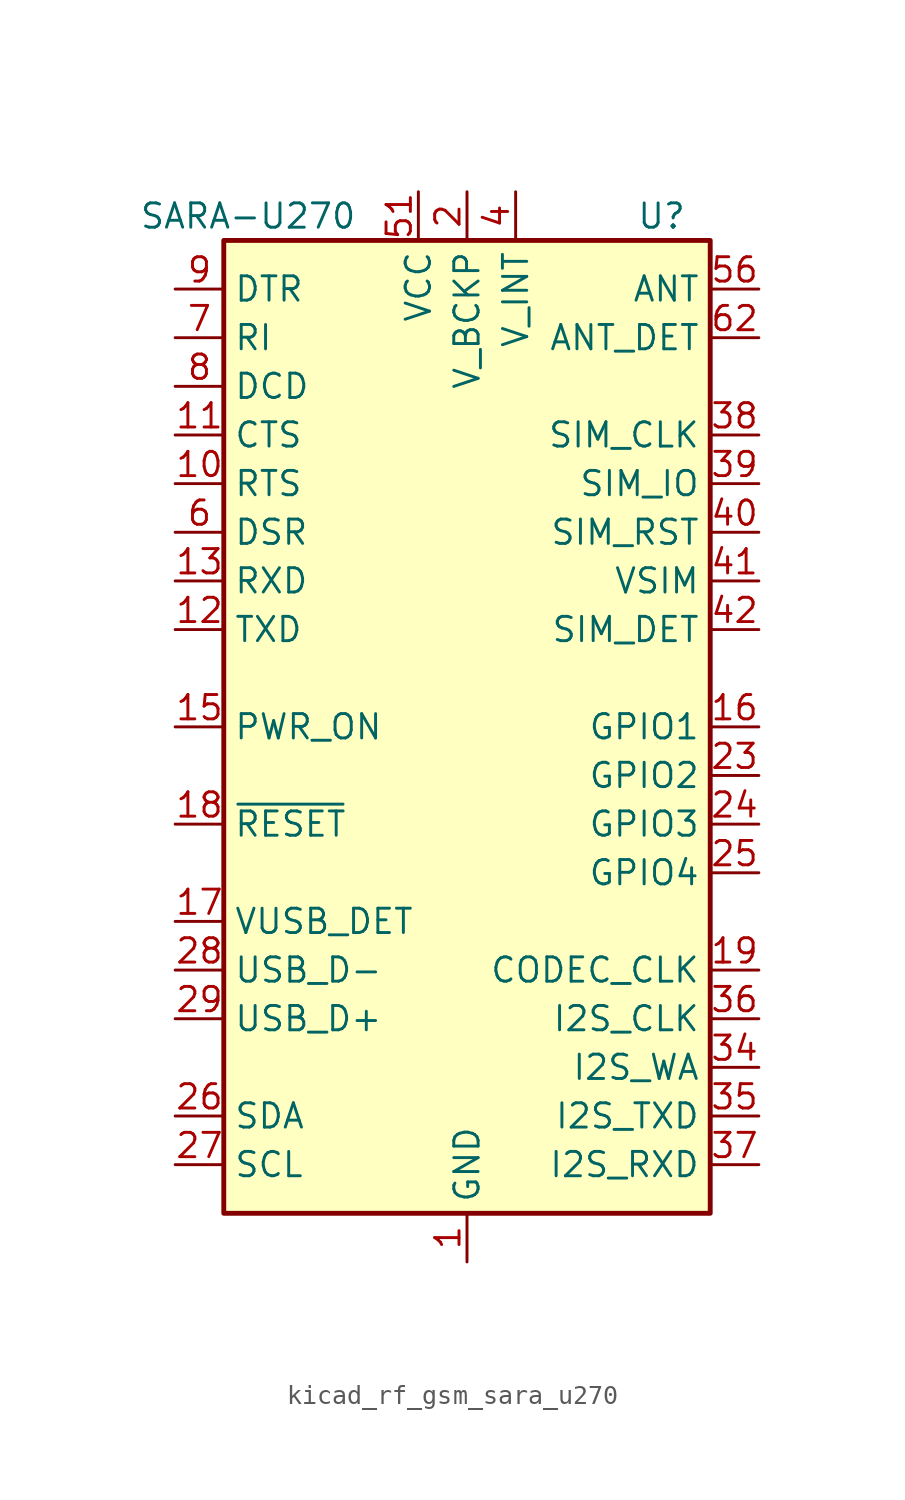
<source format=kicad_sym>
(kicad_symbol_lib
  (version 20220914)
  (generator kicad_symbol_editor)
  (symbol "kicad_rf_gsm_sara_u270"
    (property "Reference" "U"
      (at 10.16 26.67 0)
      (effects (font (size 1.27 1.27))))
    (property "Value" "SARA-U270"
      (at -11.43 26.67 0)
      (effects (font (size 1.27 1.27))))
    (symbol "kicad_rf_gsm_sara_u270_0_1"
      (rectangle (start -12.7 25.4) (end 12.7 -25.4) (stroke (width 0.254) (type default)) (fill (type background))))
    (symbol "kicad_rf_gsm_sara_u270_1_1"
      (pin power_in line (at 0 -27.94 90) (length 2.54) (name "GND" (effects (font (size 1.27 1.27)))) (number "1" (effects (font (size 1.27 1.27)))))
      (pin input line (at -15.24 12.7 0) (length 2.54) (name "RTS" (effects (font (size 1.27 1.27)))) (number "10" (effects (font (size 1.27 1.27)))))
      (pin output line (at -15.24 15.24 0) (length 2.54) (name "CTS" (effects (font (size 1.27 1.27)))) (number "11" (effects (font (size 1.27 1.27)))))
      (pin input line (at -15.24 5.08 0) (length 2.54) (name "TXD" (effects (font (size 1.27 1.27)))) (number "12" (effects (font (size 1.27 1.27)))))
      (pin output line (at -15.24 7.62 0) (length 2.54) (name "RXD" (effects (font (size 1.27 1.27)))) (number "13" (effects (font (size 1.27 1.27)))))
      (pin passive line (at 0 -27.94 90) (length 2.54) hide (name "GND" (effects (font (size 1.27 1.27)))) (number "14" (effects (font (size 1.27 1.27)))))
      (pin input line (at -15.24 0 0) (length 2.54) (name "PWR_ON" (effects (font (size 1.27 1.27)))) (number "15" (effects (font (size 1.27 1.27)))))
      (pin bidirectional line (at 15.24 0 180) (length 2.54) (name "GPIO1" (effects (font (size 1.27 1.27)))) (number "16" (effects (font (size 1.27 1.27)))))
      (pin input line (at -15.24 -10.16 0) (length 2.54) (name "VUSB_DET" (effects (font (size 1.27 1.27)))) (number "17" (effects (font (size 1.27 1.27)))))
      (pin input line (at -15.24 -5.08 0) (length 2.54) (name "~{RESET}" (effects (font (size 1.27 1.27)))) (number "18" (effects (font (size 1.27 1.27)))))
      (pin output line (at 15.24 -12.7 180) (length 2.54) (name "CODEC_CLK" (effects (font (size 1.27 1.27)))) (number "19" (effects (font (size 1.27 1.27)))))
      (pin power_out line (at 0 27.94 270) (length 2.54) (name "V_BCKP" (effects (font (size 1.27 1.27)))) (number "2" (effects (font (size 1.27 1.27)))))
      (pin passive line (at 0 -27.94 90) (length 2.54) hide (name "GND" (effects (font (size 1.27 1.27)))) (number "20" (effects (font (size 1.27 1.27)))))
      (pin passive line (at 0 -27.94 90) (length 2.54) hide (name "GND" (effects (font (size 1.27 1.27)))) (number "21" (effects (font (size 1.27 1.27)))))
      (pin passive line (at 0 -27.94 90) (length 2.54) hide (name "GND" (effects (font (size 1.27 1.27)))) (number "22" (effects (font (size 1.27 1.27)))))
      (pin bidirectional line (at 15.24 -2.54 180) (length 2.54) (name "GPIO2" (effects (font (size 1.27 1.27)))) (number "23" (effects (font (size 1.27 1.27)))))
      (pin bidirectional line (at 15.24 -5.08 180) (length 2.54) (name "GPIO3" (effects (font (size 1.27 1.27)))) (number "24" (effects (font (size 1.27 1.27)))))
      (pin bidirectional line (at 15.24 -7.62 180) (length 2.54) (name "GPIO4" (effects (font (size 1.27 1.27)))) (number "25" (effects (font (size 1.27 1.27)))))
      (pin bidirectional line (at -15.24 -20.32 0) (length 2.54) (name "SDA" (effects (font (size 1.27 1.27)))) (number "26" (effects (font (size 1.27 1.27)))))
      (pin output line (at -15.24 -22.86 0) (length 2.54) (name "SCL" (effects (font (size 1.27 1.27)))) (number "27" (effects (font (size 1.27 1.27)))))
      (pin bidirectional line (at -15.24 -12.7 0) (length 2.54) (name "USB_D-" (effects (font (size 1.27 1.27)))) (number "28" (effects (font (size 1.27 1.27)))))
      (pin bidirectional line (at -15.24 -15.24 0) (length 2.54) (name "USB_D+" (effects (font (size 1.27 1.27)))) (number "29" (effects (font (size 1.27 1.27)))))
      (pin passive line (at 0 -27.94 90) (length 2.54) hide (name "GND" (effects (font (size 1.27 1.27)))) (number "3" (effects (font (size 1.27 1.27)))))
      (pin passive line (at 0 -27.94 90) (length 2.54) hide (name "GND" (effects (font (size 1.27 1.27)))) (number "30" (effects (font (size 1.27 1.27)))))
      (pin no_connect line (at -12.7 2.54 0) (length 2.54) hide (name "RSVD" (effects (font (size 1.27 1.27)))) (number "31" (effects (font (size 1.27 1.27)))))
      (pin passive line (at 0 -27.94 90) (length 2.54) hide (name "GND" (effects (font (size 1.27 1.27)))) (number "32" (effects (font (size 1.27 1.27)))))
      (pin no_connect line (at -12.7 -2.54 0) (length 2.54) hide (name "RSVD" (effects (font (size 1.27 1.27)))) (number "33" (effects (font (size 1.27 1.27)))))
      (pin bidirectional line (at 15.24 -17.78 180) (length 2.54) (name "I2S_WA" (effects (font (size 1.27 1.27)))) (number "34" (effects (font (size 1.27 1.27)))))
      (pin output line (at 15.24 -20.32 180) (length 2.54) (name "I2S_TXD" (effects (font (size 1.27 1.27)))) (number "35" (effects (font (size 1.27 1.27)))))
      (pin output line (at 15.24 -15.24 180) (length 2.54) (name "I2S_CLK" (effects (font (size 1.27 1.27)))) (number "36" (effects (font (size 1.27 1.27)))))
      (pin input line (at 15.24 -22.86 180) (length 2.54) (name "I2S_RXD" (effects (font (size 1.27 1.27)))) (number "37" (effects (font (size 1.27 1.27)))))
      (pin output line (at 15.24 15.24 180) (length 2.54) (name "SIM_CLK" (effects (font (size 1.27 1.27)))) (number "38" (effects (font (size 1.27 1.27)))))
      (pin bidirectional line (at 15.24 12.7 180) (length 2.54) (name "SIM_IO" (effects (font (size 1.27 1.27)))) (number "39" (effects (font (size 1.27 1.27)))))
      (pin power_out line (at 2.54 27.94 270) (length 2.54) (name "V_INT" (effects (font (size 1.27 1.27)))) (number "4" (effects (font (size 1.27 1.27)))))
      (pin output line (at 15.24 10.16 180) (length 2.54) (name "SIM_RST" (effects (font (size 1.27 1.27)))) (number "40" (effects (font (size 1.27 1.27)))))
      (pin power_out line (at 15.24 7.62 180) (length 2.54) (name "VSIM" (effects (font (size 1.27 1.27)))) (number "41" (effects (font (size 1.27 1.27)))))
      (pin input line (at 15.24 5.08 180) (length 2.54) (name "SIM_DET" (effects (font (size 1.27 1.27)))) (number "42" (effects (font (size 1.27 1.27)))))
      (pin passive line (at 0 -27.94 90) (length 2.54) hide (name "GND" (effects (font (size 1.27 1.27)))) (number "43" (effects (font (size 1.27 1.27)))))
      (pin no_connect line (at -12.7 -7.62 0) (length 2.54) hide (name "RSVD" (effects (font (size 1.27 1.27)))) (number "44" (effects (font (size 1.27 1.27)))))
      (pin no_connect line (at -12.7 -17.78 0) (length 2.54) hide (name "RSVD" (effects (font (size 1.27 1.27)))) (number "45" (effects (font (size 1.27 1.27)))))
      (pin no_connect line (at -2.54 -25.4 90) (length 2.54) hide (name "RSVD" (effects (font (size 1.27 1.27)))) (number "46" (effects (font (size 1.27 1.27)))))
      (pin no_connect line (at 12.7 -10.16 180) (length 2.54) hide (name "RSVD" (effects (font (size 1.27 1.27)))) (number "47" (effects (font (size 1.27 1.27)))))
      (pin no_connect line (at 12.7 2.54 180) (length 2.54) hide (name "RSVD" (effects (font (size 1.27 1.27)))) (number "48" (effects (font (size 1.27 1.27)))))
      (pin no_connect line (at 12.7 17.78 180) (length 2.54) hide (name "RSVD" (effects (font (size 1.27 1.27)))) (number "49" (effects (font (size 1.27 1.27)))))
      (pin passive line (at 0 -27.94 90) (length 2.54) hide (name "GND" (effects (font (size 1.27 1.27)))) (number "5" (effects (font (size 1.27 1.27)))))
      (pin passive line (at 0 -27.94 90) (length 2.54) hide (name "GND" (effects (font (size 1.27 1.27)))) (number "50" (effects (font (size 1.27 1.27)))))
      (pin power_in line (at -2.54 27.94 270) (length 2.54) (name "VCC" (effects (font (size 1.27 1.27)))) (number "51" (effects (font (size 1.27 1.27)))))
      (pin passive line (at -2.54 27.94 270) (length 2.54) hide (name "VCC" (effects (font (size 1.27 1.27)))) (number "52" (effects (font (size 1.27 1.27)))))
      (pin passive line (at -2.54 27.94 270) (length 2.54) hide (name "VCC" (effects (font (size 1.27 1.27)))) (number "53" (effects (font (size 1.27 1.27)))))
      (pin passive line (at 0 -27.94 90) (length 2.54) hide (name "GND" (effects (font (size 1.27 1.27)))) (number "54" (effects (font (size 1.27 1.27)))))
      (pin passive line (at 0 -27.94 90) (length 2.54) hide (name "GND" (effects (font (size 1.27 1.27)))) (number "55" (effects (font (size 1.27 1.27)))))
      (pin passive line (at 15.24 22.86 180) (length 2.54) (name "ANT" (effects (font (size 1.27 1.27)))) (number "56" (effects (font (size 1.27 1.27)))))
      (pin passive line (at 0 -27.94 90) (length 2.54) hide (name "GND" (effects (font (size 1.27 1.27)))) (number "57" (effects (font (size 1.27 1.27)))))
      (pin passive line (at 0 -27.94 90) (length 2.54) hide (name "GND" (effects (font (size 1.27 1.27)))) (number "58" (effects (font (size 1.27 1.27)))))
      (pin passive line (at 0 -27.94 90) (length 2.54) hide (name "GND" (effects (font (size 1.27 1.27)))) (number "59" (effects (font (size 1.27 1.27)))))
      (pin output line (at -15.24 10.16 0) (length 2.54) (name "DSR" (effects (font (size 1.27 1.27)))) (number "6" (effects (font (size 1.27 1.27)))))
      (pin passive line (at 0 -27.94 90) (length 2.54) hide (name "GND" (effects (font (size 1.27 1.27)))) (number "60" (effects (font (size 1.27 1.27)))))
      (pin passive line (at 0 -27.94 90) (length 2.54) hide (name "GND" (effects (font (size 1.27 1.27)))) (number "61" (effects (font (size 1.27 1.27)))))
      (pin input line (at 15.24 20.32 180) (length 2.54) (name "ANT_DET" (effects (font (size 1.27 1.27)))) (number "62" (effects (font (size 1.27 1.27)))))
      (pin passive line (at 0 -27.94 90) (length 2.54) hide (name "GND" (effects (font (size 1.27 1.27)))) (number "63" (effects (font (size 1.27 1.27)))))
      (pin passive line (at 0 -27.94 90) (length 2.54) hide (name "GND" (effects (font (size 1.27 1.27)))) (number "64" (effects (font (size 1.27 1.27)))))
      (pin passive line (at 0 -27.94 90) (length 2.54) hide (name "GND" (effects (font (size 1.27 1.27)))) (number "65" (effects (font (size 1.27 1.27)))))
      (pin passive line (at 0 -27.94 90) (length 2.54) hide (name "GND" (effects (font (size 1.27 1.27)))) (number "66" (effects (font (size 1.27 1.27)))))
      (pin passive line (at 0 -27.94 90) (length 2.54) hide (name "GND" (effects (font (size 1.27 1.27)))) (number "67" (effects (font (size 1.27 1.27)))))
      (pin passive line (at 0 -27.94 90) (length 2.54) hide (name "GND" (effects (font (size 1.27 1.27)))) (number "68" (effects (font (size 1.27 1.27)))))
      (pin passive line (at 0 -27.94 90) (length 2.54) hide (name "GND" (effects (font (size 1.27 1.27)))) (number "69" (effects (font (size 1.27 1.27)))))
      (pin output line (at -15.24 20.32 0) (length 2.54) (name "RI" (effects (font (size 1.27 1.27)))) (number "7" (effects (font (size 1.27 1.27)))))
      (pin passive line (at 0 -27.94 90) (length 2.54) hide (name "GND" (effects (font (size 1.27 1.27)))) (number "70" (effects (font (size 1.27 1.27)))))
      (pin passive line (at 0 -27.94 90) (length 2.54) hide (name "GND" (effects (font (size 1.27 1.27)))) (number "71" (effects (font (size 1.27 1.27)))))
      (pin passive line (at 0 -27.94 90) (length 2.54) hide (name "GND" (effects (font (size 1.27 1.27)))) (number "72" (effects (font (size 1.27 1.27)))))
      (pin passive line (at 0 -27.94 90) (length 2.54) hide (name "GND" (effects (font (size 1.27 1.27)))) (number "73" (effects (font (size 1.27 1.27)))))
      (pin passive line (at 0 -27.94 90) (length 2.54) hide (name "GND" (effects (font (size 1.27 1.27)))) (number "74" (effects (font (size 1.27 1.27)))))
      (pin passive line (at 0 -27.94 90) (length 2.54) hide (name "GND" (effects (font (size 1.27 1.27)))) (number "75" (effects (font (size 1.27 1.27)))))
      (pin passive line (at 0 -27.94 90) (length 2.54) hide (name "GND" (effects (font (size 1.27 1.27)))) (number "76" (effects (font (size 1.27 1.27)))))
      (pin passive line (at 0 -27.94 90) (length 2.54) hide (name "GND" (effects (font (size 1.27 1.27)))) (number "77" (effects (font (size 1.27 1.27)))))
      (pin passive line (at 0 -27.94 90) (length 2.54) hide (name "GND" (effects (font (size 1.27 1.27)))) (number "78" (effects (font (size 1.27 1.27)))))
      (pin passive line (at 0 -27.94 90) (length 2.54) hide (name "GND" (effects (font (size 1.27 1.27)))) (number "79" (effects (font (size 1.27 1.27)))))
      (pin output line (at -15.24 17.78 0) (length 2.54) (name "DCD" (effects (font (size 1.27 1.27)))) (number "8" (effects (font (size 1.27 1.27)))))
      (pin passive line (at 0 -27.94 90) (length 2.54) hide (name "GND" (effects (font (size 1.27 1.27)))) (number "80" (effects (font (size 1.27 1.27)))))
      (pin passive line (at 0 -27.94 90) (length 2.54) hide (name "GND" (effects (font (size 1.27 1.27)))) (number "81" (effects (font (size 1.27 1.27)))))
      (pin passive line (at 0 -27.94 90) (length 2.54) hide (name "GND" (effects (font (size 1.27 1.27)))) (number "82" (effects (font (size 1.27 1.27)))))
      (pin passive line (at 0 -27.94 90) (length 2.54) hide (name "GND" (effects (font (size 1.27 1.27)))) (number "83" (effects (font (size 1.27 1.27)))))
      (pin passive line (at 0 -27.94 90) (length 2.54) hide (name "GND" (effects (font (size 1.27 1.27)))) (number "84" (effects (font (size 1.27 1.27)))))
      (pin passive line (at 0 -27.94 90) (length 2.54) hide (name "GND" (effects (font (size 1.27 1.27)))) (number "85" (effects (font (size 1.27 1.27)))))
      (pin passive line (at 0 -27.94 90) (length 2.54) hide (name "GND" (effects (font (size 1.27 1.27)))) (number "86" (effects (font (size 1.27 1.27)))))
      (pin passive line (at 0 -27.94 90) (length 2.54) hide (name "GND" (effects (font (size 1.27 1.27)))) (number "87" (effects (font (size 1.27 1.27)))))
      (pin passive line (at 0 -27.94 90) (length 2.54) hide (name "GND" (effects (font (size 1.27 1.27)))) (number "88" (effects (font (size 1.27 1.27)))))
      (pin passive line (at 0 -27.94 90) (length 2.54) hide (name "GND" (effects (font (size 1.27 1.27)))) (number "89" (effects (font (size 1.27 1.27)))))
      (pin input line (at -15.24 22.86 0) (length 2.54) (name "DTR" (effects (font (size 1.27 1.27)))) (number "9" (effects (font (size 1.27 1.27)))))
      (pin passive line (at 0 -27.94 90) (length 2.54) hide (name "GND" (effects (font (size 1.27 1.27)))) (number "90" (effects (font (size 1.27 1.27)))))
      (pin passive line (at 0 -27.94 90) (length 2.54) hide (name "GND" (effects (font (size 1.27 1.27)))) (number "91" (effects (font (size 1.27 1.27)))))
      (pin passive line (at 0 -27.94 90) (length 2.54) hide (name "GND" (effects (font (size 1.27 1.27)))) (number "92" (effects (font (size 1.27 1.27)))))
      (pin passive line (at 0 -27.94 90) (length 2.54) hide (name "GND" (effects (font (size 1.27 1.27)))) (number "93" (effects (font (size 1.27 1.27)))))
      (pin passive line (at 0 -27.94 90) (length 2.54) hide (name "GND" (effects (font (size 1.27 1.27)))) (number "94" (effects (font (size 1.27 1.27)))))
      (pin passive line (at 0 -27.94 90) (length 2.54) hide (name "GND" (effects (font (size 1.27 1.27)))) (number "95" (effects (font (size 1.27 1.27)))))
      (pin passive line (at 0 -27.94 90) (length 2.54) hide (name "GND" (effects (font (size 1.27 1.27)))) (number "96" (effects (font (size 1.27 1.27))))))))
</source>
